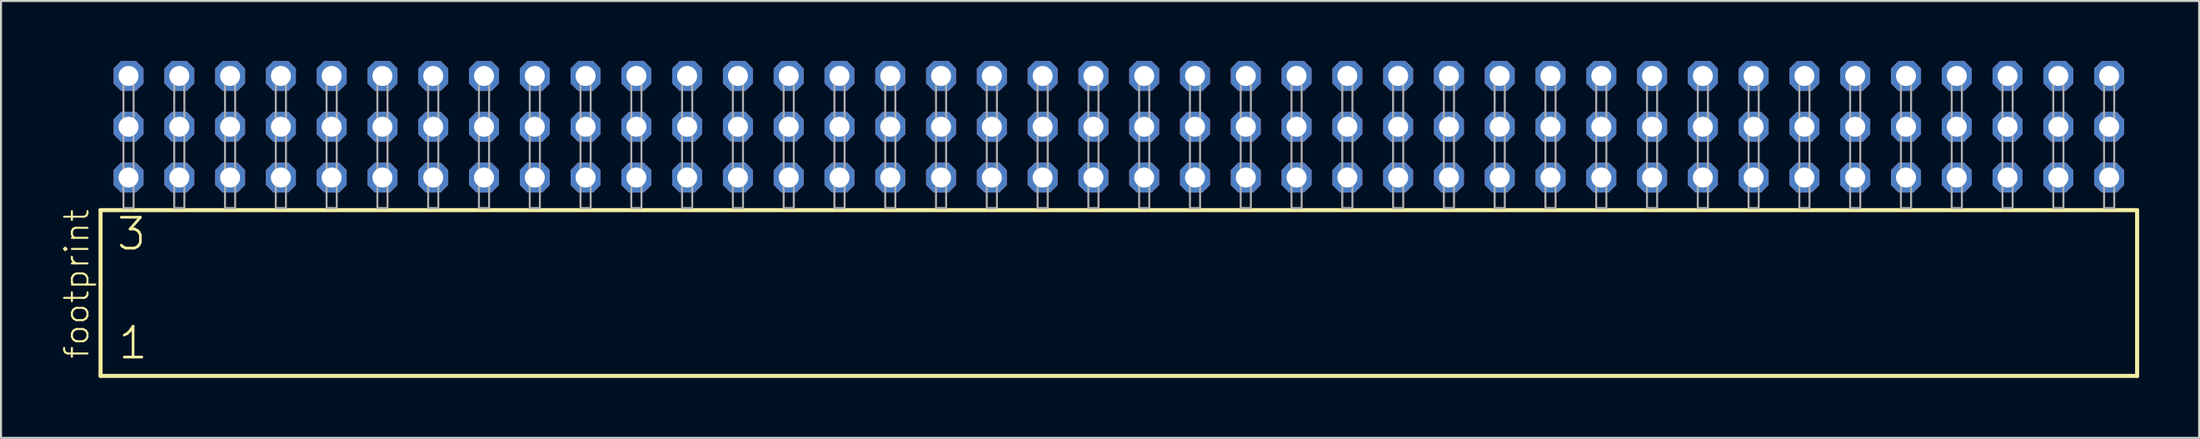
<source format=kicad_pcb>
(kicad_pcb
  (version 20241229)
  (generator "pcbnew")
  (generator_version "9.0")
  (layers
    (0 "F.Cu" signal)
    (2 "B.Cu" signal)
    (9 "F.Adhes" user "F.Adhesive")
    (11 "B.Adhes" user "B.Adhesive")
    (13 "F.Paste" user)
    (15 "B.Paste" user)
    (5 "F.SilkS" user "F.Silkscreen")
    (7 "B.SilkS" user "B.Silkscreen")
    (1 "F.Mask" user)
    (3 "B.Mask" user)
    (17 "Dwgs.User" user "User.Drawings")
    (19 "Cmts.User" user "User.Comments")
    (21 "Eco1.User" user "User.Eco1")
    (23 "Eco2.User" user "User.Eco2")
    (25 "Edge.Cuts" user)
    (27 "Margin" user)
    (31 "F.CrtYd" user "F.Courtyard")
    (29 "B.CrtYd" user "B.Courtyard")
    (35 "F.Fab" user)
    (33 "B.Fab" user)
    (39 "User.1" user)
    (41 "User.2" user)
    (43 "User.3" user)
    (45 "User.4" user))
  (footprint "footprint"
    (layer "F.Cu")
    (at 52.908 7.354)
    (property "Reference" "footprint" (at -51.435 7.62 90) (layer "F.SilkS") (effects (font (size 1.168 1.168) (thickness 0.102)) (justify left bottom)))
    (fp_line (start -50.929 0.106) (end -50.929 8.396) (stroke (width 0.203) (type solid)) (layer "F.SilkS"))
    (fp_line (start -50.929 8.396) (end 50.929 8.396) (stroke (width 0.203) (type solid)) (layer "F.SilkS"))
    (fp_line (start 50.929 0.106) (end -50.929 0.106) (stroke (width 0.203) (type solid)) (layer "F.SilkS"))
    (fp_line (start 50.929 8.396) (end 50.929 0.106) (stroke (width 0.203) (type solid)) (layer "F.SilkS"))
    (fp_poly (pts (xy -49.784 0) (xy -49.276 0) (xy -49.276 -6.858) (xy -49.784 -6.858)) (stroke (width 0.1) (type solid)) (fill no) (layer "F.Fab"))
    (fp_poly (pts (xy -47.244 0) (xy -46.736 0) (xy -46.736 -6.858) (xy -47.244 -6.858)) (stroke (width 0.1) (type solid)) (fill no) (layer "F.Fab"))
    (fp_poly (pts (xy -44.704 0) (xy -44.196 0) (xy -44.196 -6.858) (xy -44.704 -6.858)) (stroke (width 0.1) (type solid)) (fill no) (layer "F.Fab"))
    (fp_poly (pts (xy -42.164 0) (xy -41.656 0) (xy -41.656 -6.858) (xy -42.164 -6.858)) (stroke (width 0.1) (type solid)) (fill no) (layer "F.Fab"))
    (fp_poly (pts (xy -39.624 0) (xy -39.116 0) (xy -39.116 -6.858) (xy -39.624 -6.858)) (stroke (width 0.1) (type solid)) (fill no) (layer "F.Fab"))
    (fp_poly (pts (xy -37.084 0) (xy -36.576 0) (xy -36.576 -6.858) (xy -37.084 -6.858)) (stroke (width 0.1) (type solid)) (fill no) (layer "F.Fab"))
    (fp_poly (pts (xy -34.544 0) (xy -34.036 0) (xy -34.036 -6.858) (xy -34.544 -6.858)) (stroke (width 0.1) (type solid)) (fill no) (layer "F.Fab"))
    (fp_poly (pts (xy -32.004 0) (xy -31.496 0) (xy -31.496 -6.858) (xy -32.004 -6.858)) (stroke (width 0.1) (type solid)) (fill no) (layer "F.Fab"))
    (fp_poly (pts (xy -29.464 0) (xy -28.956 0) (xy -28.956 -6.858) (xy -29.464 -6.858)) (stroke (width 0.1) (type solid)) (fill no) (layer "F.Fab"))
    (fp_poly (pts (xy -26.924 0) (xy -26.416 0) (xy -26.416 -6.858) (xy -26.924 -6.858)) (stroke (width 0.1) (type solid)) (fill no) (layer "F.Fab"))
    (fp_poly (pts (xy -24.384 0) (xy -23.876 0) (xy -23.876 -6.858) (xy -24.384 -6.858)) (stroke (width 0.1) (type solid)) (fill no) (layer "F.Fab"))
    (fp_poly (pts (xy -21.844 0) (xy -21.336 0) (xy -21.336 -6.858) (xy -21.844 -6.858)) (stroke (width 0.1) (type solid)) (fill no) (layer "F.Fab"))
    (fp_poly (pts (xy -19.304 0) (xy -18.796 0) (xy -18.796 -6.858) (xy -19.304 -6.858)) (stroke (width 0.1) (type solid)) (fill no) (layer "F.Fab"))
    (fp_poly (pts (xy -16.764 0) (xy -16.256 0) (xy -16.256 -6.858) (xy -16.764 -6.858)) (stroke (width 0.1) (type solid)) (fill no) (layer "F.Fab"))
    (fp_poly (pts (xy -14.224 0) (xy -13.716 0) (xy -13.716 -6.858) (xy -14.224 -6.858)) (stroke (width 0.1) (type solid)) (fill no) (layer "F.Fab"))
    (fp_poly (pts (xy -11.684 0) (xy -11.176 0) (xy -11.176 -6.858) (xy -11.684 -6.858)) (stroke (width 0.1) (type solid)) (fill no) (layer "F.Fab"))
    (fp_poly (pts (xy -9.144 0) (xy -8.636 0) (xy -8.636 -6.858) (xy -9.144 -6.858)) (stroke (width 0.1) (type solid)) (fill no) (layer "F.Fab"))
    (fp_poly (pts (xy -6.604 0) (xy -6.096 0) (xy -6.096 -6.858) (xy -6.604 -6.858)) (stroke (width 0.1) (type solid)) (fill no) (layer "F.Fab"))
    (fp_poly (pts (xy -4.064 0) (xy -3.556 0) (xy -3.556 -6.858) (xy -4.064 -6.858)) (stroke (width 0.1) (type solid)) (fill no) (layer "F.Fab"))
    (fp_poly (pts (xy -1.524 0) (xy -1.016 0) (xy -1.016 -6.858) (xy -1.524 -6.858)) (stroke (width 0.1) (type solid)) (fill no) (layer "F.Fab"))
    (fp_poly (pts (xy 1.016 0) (xy 1.524 0) (xy 1.524 -6.858) (xy 1.016 -6.858)) (stroke (width 0.1) (type solid)) (fill no) (layer "F.Fab"))
    (fp_poly (pts (xy 3.556 0) (xy 4.064 0) (xy 4.064 -6.858) (xy 3.556 -6.858)) (stroke (width 0.1) (type solid)) (fill no) (layer "F.Fab"))
    (fp_poly (pts (xy 6.096 0) (xy 6.604 0) (xy 6.604 -6.858) (xy 6.096 -6.858)) (stroke (width 0.1) (type solid)) (fill no) (layer "F.Fab"))
    (fp_poly (pts (xy 8.636 0) (xy 9.144 0) (xy 9.144 -6.858) (xy 8.636 -6.858)) (stroke (width 0.1) (type solid)) (fill no) (layer "F.Fab"))
    (fp_poly (pts (xy 11.176 0) (xy 11.684 0) (xy 11.684 -6.858) (xy 11.176 -6.858)) (stroke (width 0.1) (type solid)) (fill no) (layer "F.Fab"))
    (fp_poly (pts (xy 13.716 0) (xy 14.224 0) (xy 14.224 -6.858) (xy 13.716 -6.858)) (stroke (width 0.1) (type solid)) (fill no) (layer "F.Fab"))
    (fp_poly (pts (xy 16.256 0) (xy 16.764 0) (xy 16.764 -6.858) (xy 16.256 -6.858)) (stroke (width 0.1) (type solid)) (fill no) (layer "F.Fab"))
    (fp_poly (pts (xy 18.796 0) (xy 19.304 0) (xy 19.304 -6.858) (xy 18.796 -6.858)) (stroke (width 0.1) (type solid)) (fill no) (layer "F.Fab"))
    (fp_poly (pts (xy 21.336 0) (xy 21.844 0) (xy 21.844 -6.858) (xy 21.336 -6.858)) (stroke (width 0.1) (type solid)) (fill no) (layer "F.Fab"))
    (fp_poly (pts (xy 23.876 0) (xy 24.384 0) (xy 24.384 -6.858) (xy 23.876 -6.858)) (stroke (width 0.1) (type solid)) (fill no) (layer "F.Fab"))
    (fp_poly (pts (xy 26.416 0) (xy 26.924 0) (xy 26.924 -6.858) (xy 26.416 -6.858)) (stroke (width 0.1) (type solid)) (fill no) (layer "F.Fab"))
    (fp_poly (pts (xy 28.956 0) (xy 29.464 0) (xy 29.464 -6.858) (xy 28.956 -6.858)) (stroke (width 0.1) (type solid)) (fill no) (layer "F.Fab"))
    (fp_poly (pts (xy 31.496 0) (xy 32.004 0) (xy 32.004 -6.858) (xy 31.496 -6.858)) (stroke (width 0.1) (type solid)) (fill no) (layer "F.Fab"))
    (fp_poly (pts (xy 34.036 0) (xy 34.544 0) (xy 34.544 -6.858) (xy 34.036 -6.858)) (stroke (width 0.1) (type solid)) (fill no) (layer "F.Fab"))
    (fp_poly (pts (xy 36.576 0) (xy 37.084 0) (xy 37.084 -6.858) (xy 36.576 -6.858)) (stroke (width 0.1) (type solid)) (fill no) (layer "F.Fab"))
    (fp_poly (pts (xy 39.116 0) (xy 39.624 0) (xy 39.624 -6.858) (xy 39.116 -6.858)) (stroke (width 0.1) (type solid)) (fill no) (layer "F.Fab"))
    (fp_poly (pts (xy 41.656 0) (xy 42.164 0) (xy 42.164 -6.858) (xy 41.656 -6.858)) (stroke (width 0.1) (type solid)) (fill no) (layer "F.Fab"))
    (fp_poly (pts (xy 44.196 0) (xy 44.704 0) (xy 44.704 -6.858) (xy 44.196 -6.858)) (stroke (width 0.1) (type solid)) (fill no) (layer "F.Fab"))
    (fp_poly (pts (xy 46.736 0) (xy 47.244 0) (xy 47.244 -6.858) (xy 46.736 -6.858)) (stroke (width 0.1) (type solid)) (fill no) (layer "F.Fab"))
    (fp_poly (pts (xy 49.276 0) (xy 49.784 0) (xy 49.784 -6.858) (xy 49.276 -6.858)) (stroke (width 0.1) (type solid)) (fill no) (layer "F.Fab"))
    (fp_text user "3" (at -50.2 2.2 0) (layer "F.SilkS") (effects (font (size 1.542 1.542) (thickness 0.134)) (justify left bottom)))
    (fp_text user "1" (at -50.125 7.65 0) (layer "F.SilkS") (effects (font (size 1.542 1.542) (thickness 0.134)) (justify left bottom)))
    (pad "1" thru_hole roundrect (at -49.53 -1.524) (size 1.5 1.5) (drill 1) (layers "*.Cu" "*.Mask") (roundrect_rratio 0.25) (chamfer_ratio 0.25) (chamfer top_left top_right bottom_left bottom_right))
    (pad "2" thru_hole roundrect (at -49.53 -4.064) (size 1.5 1.5) (drill 1) (layers "*.Cu" "*.Mask") (roundrect_rratio 0.25) (chamfer_ratio 0.25) (chamfer top_left top_right bottom_left bottom_right))
    (pad "3" thru_hole roundrect (at -49.53 -6.604) (size 1.5 1.5) (drill 1) (layers "*.Cu" "*.Mask") (roundrect_rratio 0.25) (chamfer_ratio 0.25) (chamfer top_left top_right bottom_left bottom_right))
    (pad "4" thru_hole roundrect (at -46.99 -1.524) (size 1.5 1.5) (drill 1) (layers "*.Cu" "*.Mask") (roundrect_rratio 0.25) (chamfer_ratio 0.25) (chamfer top_left top_right bottom_left bottom_right))
    (pad "5" thru_hole roundrect (at -46.99 -4.064) (size 1.5 1.5) (drill 1) (layers "*.Cu" "*.Mask") (roundrect_rratio 0.25) (chamfer_ratio 0.25) (chamfer top_left top_right bottom_left bottom_right))
    (pad "6" thru_hole roundrect (at -46.99 -6.604) (size 1.5 1.5) (drill 1) (layers "*.Cu" "*.Mask") (roundrect_rratio 0.25) (chamfer_ratio 0.25) (chamfer top_left top_right bottom_left bottom_right))
    (pad "7" thru_hole roundrect (at -44.45 -1.524) (size 1.5 1.5) (drill 1) (layers "*.Cu" "*.Mask") (roundrect_rratio 0.25) (chamfer_ratio 0.25) (chamfer top_left top_right bottom_left bottom_right))
    (pad "8" thru_hole roundrect (at -44.45 -4.064) (size 1.5 1.5) (drill 1) (layers "*.Cu" "*.Mask") (roundrect_rratio 0.25) (chamfer_ratio 0.25) (chamfer top_left top_right bottom_left bottom_right))
    (pad "9" thru_hole roundrect (at -44.45 -6.604) (size 1.5 1.5) (drill 1) (layers "*.Cu" "*.Mask") (roundrect_rratio 0.25) (chamfer_ratio 0.25) (chamfer top_left top_right bottom_left bottom_right))
    (pad "10" thru_hole roundrect (at -41.91 -1.524) (size 1.5 1.5) (drill 1) (layers "*.Cu" "*.Mask") (roundrect_rratio 0.25) (chamfer_ratio 0.25) (chamfer top_left top_right bottom_left bottom_right))
    (pad "11" thru_hole roundrect (at -41.91 -4.064) (size 1.5 1.5) (drill 1) (layers "*.Cu" "*.Mask") (roundrect_rratio 0.25) (chamfer_ratio 0.25) (chamfer top_left top_right bottom_left bottom_right))
    (pad "12" thru_hole roundrect (at -41.91 -6.604) (size 1.5 1.5) (drill 1) (layers "*.Cu" "*.Mask") (roundrect_rratio 0.25) (chamfer_ratio 0.25) (chamfer top_left top_right bottom_left bottom_right))
    (pad "13" thru_hole roundrect (at -39.37 -1.524) (size 1.5 1.5) (drill 1) (layers "*.Cu" "*.Mask") (roundrect_rratio 0.25) (chamfer_ratio 0.25) (chamfer top_left top_right bottom_left bottom_right))
    (pad "14" thru_hole roundrect (at -39.37 -4.064) (size 1.5 1.5) (drill 1) (layers "*.Cu" "*.Mask") (roundrect_rratio 0.25) (chamfer_ratio 0.25) (chamfer top_left top_right bottom_left bottom_right))
    (pad "15" thru_hole roundrect (at -39.37 -6.604) (size 1.5 1.5) (drill 1) (layers "*.Cu" "*.Mask") (roundrect_rratio 0.25) (chamfer_ratio 0.25) (chamfer top_left top_right bottom_left bottom_right))
    (pad "16" thru_hole roundrect (at -36.83 -1.524) (size 1.5 1.5) (drill 1) (layers "*.Cu" "*.Mask") (roundrect_rratio 0.25) (chamfer_ratio 0.25) (chamfer top_left top_right bottom_left bottom_right))
    (pad "17" thru_hole roundrect (at -36.83 -4.064) (size 1.5 1.5) (drill 1) (layers "*.Cu" "*.Mask") (roundrect_rratio 0.25) (chamfer_ratio 0.25) (chamfer top_left top_right bottom_left bottom_right))
    (pad "18" thru_hole roundrect (at -36.83 -6.604) (size 1.5 1.5) (drill 1) (layers "*.Cu" "*.Mask") (roundrect_rratio 0.25) (chamfer_ratio 0.25) (chamfer top_left top_right bottom_left bottom_right))
    (pad "19" thru_hole roundrect (at -34.29 -1.524) (size 1.5 1.5) (drill 1) (layers "*.Cu" "*.Mask") (roundrect_rratio 0.25) (chamfer_ratio 0.25) (chamfer top_left top_right bottom_left bottom_right))
    (pad "20" thru_hole roundrect (at -34.29 -4.064) (size 1.5 1.5) (drill 1) (layers "*.Cu" "*.Mask") (roundrect_rratio 0.25) (chamfer_ratio 0.25) (chamfer top_left top_right bottom_left bottom_right))
    (pad "21" thru_hole roundrect (at -34.29 -6.604) (size 1.5 1.5) (drill 1) (layers "*.Cu" "*.Mask") (roundrect_rratio 0.25) (chamfer_ratio 0.25) (chamfer top_left top_right bottom_left bottom_right))
    (pad "22" thru_hole roundrect (at -31.75 -1.524) (size 1.5 1.5) (drill 1) (layers "*.Cu" "*.Mask") (roundrect_rratio 0.25) (chamfer_ratio 0.25) (chamfer top_left top_right bottom_left bottom_right))
    (pad "23" thru_hole roundrect (at -31.75 -4.064) (size 1.5 1.5) (drill 1) (layers "*.Cu" "*.Mask") (roundrect_rratio 0.25) (chamfer_ratio 0.25) (chamfer top_left top_right bottom_left bottom_right))
    (pad "24" thru_hole roundrect (at -31.75 -6.604) (size 1.5 1.5) (drill 1) (layers "*.Cu" "*.Mask") (roundrect_rratio 0.25) (chamfer_ratio 0.25) (chamfer top_left top_right bottom_left bottom_right))
    (pad "25" thru_hole roundrect (at -29.21 -1.524) (size 1.5 1.5) (drill 1) (layers "*.Cu" "*.Mask") (roundrect_rratio 0.25) (chamfer_ratio 0.25) (chamfer top_left top_right bottom_left bottom_right))
    (pad "26" thru_hole roundrect (at -29.21 -4.064) (size 1.5 1.5) (drill 1) (layers "*.Cu" "*.Mask") (roundrect_rratio 0.25) (chamfer_ratio 0.25) (chamfer top_left top_right bottom_left bottom_right))
    (pad "27" thru_hole roundrect (at -29.21 -6.604) (size 1.5 1.5) (drill 1) (layers "*.Cu" "*.Mask") (roundrect_rratio 0.25) (chamfer_ratio 0.25) (chamfer top_left top_right bottom_left bottom_right))
    (pad "28" thru_hole roundrect (at -26.67 -1.524) (size 1.5 1.5) (drill 1) (layers "*.Cu" "*.Mask") (roundrect_rratio 0.25) (chamfer_ratio 0.25) (chamfer top_left top_right bottom_left bottom_right))
    (pad "29" thru_hole roundrect (at -26.67 -4.064) (size 1.5 1.5) (drill 1) (layers "*.Cu" "*.Mask") (roundrect_rratio 0.25) (chamfer_ratio 0.25) (chamfer top_left top_right bottom_left bottom_right))
    (pad "30" thru_hole roundrect (at -26.67 -6.604) (size 1.5 1.5) (drill 1) (layers "*.Cu" "*.Mask") (roundrect_rratio 0.25) (chamfer_ratio 0.25) (chamfer top_left top_right bottom_left bottom_right))
    (pad "31" thru_hole roundrect (at -24.13 -1.524) (size 1.5 1.5) (drill 1) (layers "*.Cu" "*.Mask") (roundrect_rratio 0.25) (chamfer_ratio 0.25) (chamfer top_left top_right bottom_left bottom_right))
    (pad "32" thru_hole roundrect (at -24.13 -4.064) (size 1.5 1.5) (drill 1) (layers "*.Cu" "*.Mask") (roundrect_rratio 0.25) (chamfer_ratio 0.25) (chamfer top_left top_right bottom_left bottom_right))
    (pad "33" thru_hole roundrect (at -24.13 -6.604) (size 1.5 1.5) (drill 1) (layers "*.Cu" "*.Mask") (roundrect_rratio 0.25) (chamfer_ratio 0.25) (chamfer top_left top_right bottom_left bottom_right))
    (pad "34" thru_hole roundrect (at -21.59 -1.524) (size 1.5 1.5) (drill 1) (layers "*.Cu" "*.Mask") (roundrect_rratio 0.25) (chamfer_ratio 0.25) (chamfer top_left top_right bottom_left bottom_right))
    (pad "35" thru_hole roundrect (at -21.59 -4.064) (size 1.5 1.5) (drill 1) (layers "*.Cu" "*.Mask") (roundrect_rratio 0.25) (chamfer_ratio 0.25) (chamfer top_left top_right bottom_left bottom_right))
    (pad "36" thru_hole roundrect (at -21.59 -6.604) (size 1.5 1.5) (drill 1) (layers "*.Cu" "*.Mask") (roundrect_rratio 0.25) (chamfer_ratio 0.25) (chamfer top_left top_right bottom_left bottom_right))
    (pad "37" thru_hole roundrect (at -19.05 -1.524) (size 1.5 1.5) (drill 1) (layers "*.Cu" "*.Mask") (roundrect_rratio 0.25) (chamfer_ratio 0.25) (chamfer top_left top_right bottom_left bottom_right))
    (pad "38" thru_hole roundrect (at -19.05 -4.064) (size 1.5 1.5) (drill 1) (layers "*.Cu" "*.Mask") (roundrect_rratio 0.25) (chamfer_ratio 0.25) (chamfer top_left top_right bottom_left bottom_right))
    (pad "39" thru_hole roundrect (at -19.05 -6.604) (size 1.5 1.5) (drill 1) (layers "*.Cu" "*.Mask") (roundrect_rratio 0.25) (chamfer_ratio 0.25) (chamfer top_left top_right bottom_left bottom_right))
    (pad "40" thru_hole roundrect (at -16.51 -1.524) (size 1.5 1.5) (drill 1) (layers "*.Cu" "*.Mask") (roundrect_rratio 0.25) (chamfer_ratio 0.25) (chamfer top_left top_right bottom_left bottom_right))
    (pad "41" thru_hole roundrect (at -16.51 -4.064) (size 1.5 1.5) (drill 1) (layers "*.Cu" "*.Mask") (roundrect_rratio 0.25) (chamfer_ratio 0.25) (chamfer top_left top_right bottom_left bottom_right))
    (pad "42" thru_hole roundrect (at -16.51 -6.604) (size 1.5 1.5) (drill 1) (layers "*.Cu" "*.Mask") (roundrect_rratio 0.25) (chamfer_ratio 0.25) (chamfer top_left top_right bottom_left bottom_right))
    (pad "43" thru_hole roundrect (at -13.97 -1.524) (size 1.5 1.5) (drill 1) (layers "*.Cu" "*.Mask") (roundrect_rratio 0.25) (chamfer_ratio 0.25) (chamfer top_left top_right bottom_left bottom_right))
    (pad "44" thru_hole roundrect (at -13.97 -4.064) (size 1.5 1.5) (drill 1) (layers "*.Cu" "*.Mask") (roundrect_rratio 0.25) (chamfer_ratio 0.25) (chamfer top_left top_right bottom_left bottom_right))
    (pad "45" thru_hole roundrect (at -13.97 -6.604) (size 1.5 1.5) (drill 1) (layers "*.Cu" "*.Mask") (roundrect_rratio 0.25) (chamfer_ratio 0.25) (chamfer top_left top_right bottom_left bottom_right))
    (pad "46" thru_hole roundrect (at -11.43 -1.524) (size 1.5 1.5) (drill 1) (layers "*.Cu" "*.Mask") (roundrect_rratio 0.25) (chamfer_ratio 0.25) (chamfer top_left top_right bottom_left bottom_right))
    (pad "47" thru_hole roundrect (at -11.43 -4.064) (size 1.5 1.5) (drill 1) (layers "*.Cu" "*.Mask") (roundrect_rratio 0.25) (chamfer_ratio 0.25) (chamfer top_left top_right bottom_left bottom_right))
    (pad "48" thru_hole roundrect (at -11.43 -6.604) (size 1.5 1.5) (drill 1) (layers "*.Cu" "*.Mask") (roundrect_rratio 0.25) (chamfer_ratio 0.25) (chamfer top_left top_right bottom_left bottom_right))
    (pad "49" thru_hole roundrect (at -8.89 -1.524) (size 1.5 1.5) (drill 1) (layers "*.Cu" "*.Mask") (roundrect_rratio 0.25) (chamfer_ratio 0.25) (chamfer top_left top_right bottom_left bottom_right))
    (pad "50" thru_hole roundrect (at -8.89 -4.064) (size 1.5 1.5) (drill 1) (layers "*.Cu" "*.Mask") (roundrect_rratio 0.25) (chamfer_ratio 0.25) (chamfer top_left top_right bottom_left bottom_right))
    (pad "51" thru_hole roundrect (at -8.89 -6.604) (size 1.5 1.5) (drill 1) (layers "*.Cu" "*.Mask") (roundrect_rratio 0.25) (chamfer_ratio 0.25) (chamfer top_left top_right bottom_left bottom_right))
    (pad "52" thru_hole roundrect (at -6.35 -1.524) (size 1.5 1.5) (drill 1) (layers "*.Cu" "*.Mask") (roundrect_rratio 0.25) (chamfer_ratio 0.25) (chamfer top_left top_right bottom_left bottom_right))
    (pad "53" thru_hole roundrect (at -6.35 -4.064) (size 1.5 1.5) (drill 1) (layers "*.Cu" "*.Mask") (roundrect_rratio 0.25) (chamfer_ratio 0.25) (chamfer top_left top_right bottom_left bottom_right))
    (pad "54" thru_hole roundrect (at -6.35 -6.604) (size 1.5 1.5) (drill 1) (layers "*.Cu" "*.Mask") (roundrect_rratio 0.25) (chamfer_ratio 0.25) (chamfer top_left top_right bottom_left bottom_right))
    (pad "55" thru_hole roundrect (at -3.81 -1.524) (size 1.5 1.5) (drill 1) (layers "*.Cu" "*.Mask") (roundrect_rratio 0.25) (chamfer_ratio 0.25) (chamfer top_left top_right bottom_left bottom_right))
    (pad "56" thru_hole roundrect (at -3.81 -4.064) (size 1.5 1.5) (drill 1) (layers "*.Cu" "*.Mask") (roundrect_rratio 0.25) (chamfer_ratio 0.25) (chamfer top_left top_right bottom_left bottom_right))
    (pad "57" thru_hole roundrect (at -3.81 -6.604) (size 1.5 1.5) (drill 1) (layers "*.Cu" "*.Mask") (roundrect_rratio 0.25) (chamfer_ratio 0.25) (chamfer top_left top_right bottom_left bottom_right))
    (pad "58" thru_hole roundrect (at -1.27 -1.524) (size 1.5 1.5) (drill 1) (layers "*.Cu" "*.Mask") (roundrect_rratio 0.25) (chamfer_ratio 0.25) (chamfer top_left top_right bottom_left bottom_right))
    (pad "59" thru_hole roundrect (at -1.27 -4.064) (size 1.5 1.5) (drill 1) (layers "*.Cu" "*.Mask") (roundrect_rratio 0.25) (chamfer_ratio 0.25) (chamfer top_left top_right bottom_left bottom_right))
    (pad "60" thru_hole roundrect (at -1.27 -6.604) (size 1.5 1.5) (drill 1) (layers "*.Cu" "*.Mask") (roundrect_rratio 0.25) (chamfer_ratio 0.25) (chamfer top_left top_right bottom_left bottom_right))
    (pad "61" thru_hole roundrect (at 1.27 -1.524) (size 1.5 1.5) (drill 1) (layers "*.Cu" "*.Mask") (roundrect_rratio 0.25) (chamfer_ratio 0.25) (chamfer top_left top_right bottom_left bottom_right))
    (pad "62" thru_hole roundrect (at 1.27 -4.064) (size 1.5 1.5) (drill 1) (layers "*.Cu" "*.Mask") (roundrect_rratio 0.25) (chamfer_ratio 0.25) (chamfer top_left top_right bottom_left bottom_right))
    (pad "63" thru_hole roundrect (at 1.27 -6.604) (size 1.5 1.5) (drill 1) (layers "*.Cu" "*.Mask") (roundrect_rratio 0.25) (chamfer_ratio 0.25) (chamfer top_left top_right bottom_left bottom_right))
    (pad "64" thru_hole roundrect (at 3.81 -1.524) (size 1.5 1.5) (drill 1) (layers "*.Cu" "*.Mask") (roundrect_rratio 0.25) (chamfer_ratio 0.25) (chamfer top_left top_right bottom_left bottom_right))
    (pad "65" thru_hole roundrect (at 3.81 -4.064) (size 1.5 1.5) (drill 1) (layers "*.Cu" "*.Mask") (roundrect_rratio 0.25) (chamfer_ratio 0.25) (chamfer top_left top_right bottom_left bottom_right))
    (pad "66" thru_hole roundrect (at 3.81 -6.604) (size 1.5 1.5) (drill 1) (layers "*.Cu" "*.Mask") (roundrect_rratio 0.25) (chamfer_ratio 0.25) (chamfer top_left top_right bottom_left bottom_right))
    (pad "67" thru_hole roundrect (at 6.35 -1.524) (size 1.5 1.5) (drill 1) (layers "*.Cu" "*.Mask") (roundrect_rratio 0.25) (chamfer_ratio 0.25) (chamfer top_left top_right bottom_left bottom_right))
    (pad "68" thru_hole roundrect (at 6.35 -4.064) (size 1.5 1.5) (drill 1) (layers "*.Cu" "*.Mask") (roundrect_rratio 0.25) (chamfer_ratio 0.25) (chamfer top_left top_right bottom_left bottom_right))
    (pad "69" thru_hole roundrect (at 6.35 -6.604) (size 1.5 1.5) (drill 1) (layers "*.Cu" "*.Mask") (roundrect_rratio 0.25) (chamfer_ratio 0.25) (chamfer top_left top_right bottom_left bottom_right))
    (pad "70" thru_hole roundrect (at 8.89 -1.524) (size 1.5 1.5) (drill 1) (layers "*.Cu" "*.Mask") (roundrect_rratio 0.25) (chamfer_ratio 0.25) (chamfer top_left top_right bottom_left bottom_right))
    (pad "71" thru_hole roundrect (at 8.89 -4.064) (size 1.5 1.5) (drill 1) (layers "*.Cu" "*.Mask") (roundrect_rratio 0.25) (chamfer_ratio 0.25) (chamfer top_left top_right bottom_left bottom_right))
    (pad "72" thru_hole roundrect (at 8.89 -6.604) (size 1.5 1.5) (drill 1) (layers "*.Cu" "*.Mask") (roundrect_rratio 0.25) (chamfer_ratio 0.25) (chamfer top_left top_right bottom_left bottom_right))
    (pad "73" thru_hole roundrect (at 11.43 -1.524) (size 1.5 1.5) (drill 1) (layers "*.Cu" "*.Mask") (roundrect_rratio 0.25) (chamfer_ratio 0.25) (chamfer top_left top_right bottom_left bottom_right))
    (pad "74" thru_hole roundrect (at 11.43 -4.064) (size 1.5 1.5) (drill 1) (layers "*.Cu" "*.Mask") (roundrect_rratio 0.25) (chamfer_ratio 0.25) (chamfer top_left top_right bottom_left bottom_right))
    (pad "75" thru_hole roundrect (at 11.43 -6.604) (size 1.5 1.5) (drill 1) (layers "*.Cu" "*.Mask") (roundrect_rratio 0.25) (chamfer_ratio 0.25) (chamfer top_left top_right bottom_left bottom_right))
    (pad "76" thru_hole roundrect (at 13.97 -1.524) (size 1.5 1.5) (drill 1) (layers "*.Cu" "*.Mask") (roundrect_rratio 0.25) (chamfer_ratio 0.25) (chamfer top_left top_right bottom_left bottom_right))
    (pad "77" thru_hole roundrect (at 13.97 -4.064) (size 1.5 1.5) (drill 1) (layers "*.Cu" "*.Mask") (roundrect_rratio 0.25) (chamfer_ratio 0.25) (chamfer top_left top_right bottom_left bottom_right))
    (pad "78" thru_hole roundrect (at 13.97 -6.604) (size 1.5 1.5) (drill 1) (layers "*.Cu" "*.Mask") (roundrect_rratio 0.25) (chamfer_ratio 0.25) (chamfer top_left top_right bottom_left bottom_right))
    (pad "79" thru_hole roundrect (at 16.51 -1.524) (size 1.5 1.5) (drill 1) (layers "*.Cu" "*.Mask") (roundrect_rratio 0.25) (chamfer_ratio 0.25) (chamfer top_left top_right bottom_left bottom_right))
    (pad "80" thru_hole roundrect (at 16.51 -4.064) (size 1.5 1.5) (drill 1) (layers "*.Cu" "*.Mask") (roundrect_rratio 0.25) (chamfer_ratio 0.25) (chamfer top_left top_right bottom_left bottom_right))
    (pad "81" thru_hole roundrect (at 16.51 -6.604) (size 1.5 1.5) (drill 1) (layers "*.Cu" "*.Mask") (roundrect_rratio 0.25) (chamfer_ratio 0.25) (chamfer top_left top_right bottom_left bottom_right))
    (pad "82" thru_hole roundrect (at 19.05 -1.524) (size 1.5 1.5) (drill 1) (layers "*.Cu" "*.Mask") (roundrect_rratio 0.25) (chamfer_ratio 0.25) (chamfer top_left top_right bottom_left bottom_right))
    (pad "83" thru_hole roundrect (at 19.05 -4.064) (size 1.5 1.5) (drill 1) (layers "*.Cu" "*.Mask") (roundrect_rratio 0.25) (chamfer_ratio 0.25) (chamfer top_left top_right bottom_left bottom_right))
    (pad "84" thru_hole roundrect (at 19.05 -6.604) (size 1.5 1.5) (drill 1) (layers "*.Cu" "*.Mask") (roundrect_rratio 0.25) (chamfer_ratio 0.25) (chamfer top_left top_right bottom_left bottom_right))
    (pad "85" thru_hole roundrect (at 21.59 -1.524) (size 1.5 1.5) (drill 1) (layers "*.Cu" "*.Mask") (roundrect_rratio 0.25) (chamfer_ratio 0.25) (chamfer top_left top_right bottom_left bottom_right))
    (pad "86" thru_hole roundrect (at 21.59 -4.064) (size 1.5 1.5) (drill 1) (layers "*.Cu" "*.Mask") (roundrect_rratio 0.25) (chamfer_ratio 0.25) (chamfer top_left top_right bottom_left bottom_right))
    (pad "87" thru_hole roundrect (at 21.59 -6.604) (size 1.5 1.5) (drill 1) (layers "*.Cu" "*.Mask") (roundrect_rratio 0.25) (chamfer_ratio 0.25) (chamfer top_left top_right bottom_left bottom_right))
    (pad "88" thru_hole roundrect (at 24.13 -1.524) (size 1.5 1.5) (drill 1) (layers "*.Cu" "*.Mask") (roundrect_rratio 0.25) (chamfer_ratio 0.25) (chamfer top_left top_right bottom_left bottom_right))
    (pad "89" thru_hole roundrect (at 24.13 -4.064) (size 1.5 1.5) (drill 1) (layers "*.Cu" "*.Mask") (roundrect_rratio 0.25) (chamfer_ratio 0.25) (chamfer top_left top_right bottom_left bottom_right))
    (pad "90" thru_hole roundrect (at 24.13 -6.604) (size 1.5 1.5) (drill 1) (layers "*.Cu" "*.Mask") (roundrect_rratio 0.25) (chamfer_ratio 0.25) (chamfer top_left top_right bottom_left bottom_right))
    (pad "91" thru_hole roundrect (at 26.67 -1.524) (size 1.5 1.5) (drill 1) (layers "*.Cu" "*.Mask") (roundrect_rratio 0.25) (chamfer_ratio 0.25) (chamfer top_left top_right bottom_left bottom_right))
    (pad "92" thru_hole roundrect (at 26.67 -4.064) (size 1.5 1.5) (drill 1) (layers "*.Cu" "*.Mask") (roundrect_rratio 0.25) (chamfer_ratio 0.25) (chamfer top_left top_right bottom_left bottom_right))
    (pad "93" thru_hole roundrect (at 26.67 -6.604) (size 1.5 1.5) (drill 1) (layers "*.Cu" "*.Mask") (roundrect_rratio 0.25) (chamfer_ratio 0.25) (chamfer top_left top_right bottom_left bottom_right))
    (pad "94" thru_hole roundrect (at 29.21 -1.524) (size 1.5 1.5) (drill 1) (layers "*.Cu" "*.Mask") (roundrect_rratio 0.25) (chamfer_ratio 0.25) (chamfer top_left top_right bottom_left bottom_right))
    (pad "95" thru_hole roundrect (at 29.21 -4.064) (size 1.5 1.5) (drill 1) (layers "*.Cu" "*.Mask") (roundrect_rratio 0.25) (chamfer_ratio 0.25) (chamfer top_left top_right bottom_left bottom_right))
    (pad "96" thru_hole roundrect (at 29.21 -6.604) (size 1.5 1.5) (drill 1) (layers "*.Cu" "*.Mask") (roundrect_rratio 0.25) (chamfer_ratio 0.25) (chamfer top_left top_right bottom_left bottom_right))
    (pad "97" thru_hole roundrect (at 31.75 -1.524) (size 1.5 1.5) (drill 1) (layers "*.Cu" "*.Mask") (roundrect_rratio 0.25) (chamfer_ratio 0.25) (chamfer top_left top_right bottom_left bottom_right))
    (pad "98" thru_hole roundrect (at 31.75 -4.064) (size 1.5 1.5) (drill 1) (layers "*.Cu" "*.Mask") (roundrect_rratio 0.25) (chamfer_ratio 0.25) (chamfer top_left top_right bottom_left bottom_right))
    (pad "99" thru_hole roundrect (at 31.75 -6.604) (size 1.5 1.5) (drill 1) (layers "*.Cu" "*.Mask") (roundrect_rratio 0.25) (chamfer_ratio 0.25) (chamfer top_left top_right bottom_left bottom_right))
    (pad "100" thru_hole roundrect (at 34.29 -1.524) (size 1.5 1.5) (drill 1) (layers "*.Cu" "*.Mask") (roundrect_rratio 0.25) (chamfer_ratio 0.25) (chamfer top_left top_right bottom_left bottom_right))
    (pad "101" thru_hole roundrect (at 34.29 -4.064) (size 1.5 1.5) (drill 1) (layers "*.Cu" "*.Mask") (roundrect_rratio 0.25) (chamfer_ratio 0.25) (chamfer top_left top_right bottom_left bottom_right))
    (pad "102" thru_hole roundrect (at 34.29 -6.604) (size 1.5 1.5) (drill 1) (layers "*.Cu" "*.Mask") (roundrect_rratio 0.25) (chamfer_ratio 0.25) (chamfer top_left top_right bottom_left bottom_right))
    (pad "103" thru_hole roundrect (at 36.83 -1.524) (size 1.5 1.5) (drill 1) (layers "*.Cu" "*.Mask") (roundrect_rratio 0.25) (chamfer_ratio 0.25) (chamfer top_left top_right bottom_left bottom_right))
    (pad "104" thru_hole roundrect (at 36.83 -4.064) (size 1.5 1.5) (drill 1) (layers "*.Cu" "*.Mask") (roundrect_rratio 0.25) (chamfer_ratio 0.25) (chamfer top_left top_right bottom_left bottom_right))
    (pad "105" thru_hole roundrect (at 36.83 -6.604) (size 1.5 1.5) (drill 1) (layers "*.Cu" "*.Mask") (roundrect_rratio 0.25) (chamfer_ratio 0.25) (chamfer top_left top_right bottom_left bottom_right))
    (pad "106" thru_hole roundrect (at 39.37 -1.524) (size 1.5 1.5) (drill 1) (layers "*.Cu" "*.Mask") (roundrect_rratio 0.25) (chamfer_ratio 0.25) (chamfer top_left top_right bottom_left bottom_right))
    (pad "107" thru_hole roundrect (at 39.37 -4.064) (size 1.5 1.5) (drill 1) (layers "*.Cu" "*.Mask") (roundrect_rratio 0.25) (chamfer_ratio 0.25) (chamfer top_left top_right bottom_left bottom_right))
    (pad "108" thru_hole roundrect (at 39.37 -6.604) (size 1.5 1.5) (drill 1) (layers "*.Cu" "*.Mask") (roundrect_rratio 0.25) (chamfer_ratio 0.25) (chamfer top_left top_right bottom_left bottom_right))
    (pad "109" thru_hole roundrect (at 41.91 -1.524) (size 1.5 1.5) (drill 1) (layers "*.Cu" "*.Mask") (roundrect_rratio 0.25) (chamfer_ratio 0.25) (chamfer top_left top_right bottom_left bottom_right))
    (pad "110" thru_hole roundrect (at 41.91 -4.064) (size 1.5 1.5) (drill 1) (layers "*.Cu" "*.Mask") (roundrect_rratio 0.25) (chamfer_ratio 0.25) (chamfer top_left top_right bottom_left bottom_right))
    (pad "111" thru_hole roundrect (at 41.91 -6.604) (size 1.5 1.5) (drill 1) (layers "*.Cu" "*.Mask") (roundrect_rratio 0.25) (chamfer_ratio 0.25) (chamfer top_left top_right bottom_left bottom_right))
    (pad "112" thru_hole roundrect (at 44.45 -1.524) (size 1.5 1.5) (drill 1) (layers "*.Cu" "*.Mask") (roundrect_rratio 0.25) (chamfer_ratio 0.25) (chamfer top_left top_right bottom_left bottom_right))
    (pad "113" thru_hole roundrect (at 44.45 -4.064) (size 1.5 1.5) (drill 1) (layers "*.Cu" "*.Mask") (roundrect_rratio 0.25) (chamfer_ratio 0.25) (chamfer top_left top_right bottom_left bottom_right))
    (pad "114" thru_hole roundrect (at 44.45 -6.604) (size 1.5 1.5) (drill 1) (layers "*.Cu" "*.Mask") (roundrect_rratio 0.25) (chamfer_ratio 0.25) (chamfer top_left top_right bottom_left bottom_right))
    (pad "115" thru_hole roundrect (at 46.99 -1.524) (size 1.5 1.5) (drill 1) (layers "*.Cu" "*.Mask") (roundrect_rratio 0.25) (chamfer_ratio 0.25) (chamfer top_left top_right bottom_left bottom_right))
    (pad "116" thru_hole roundrect (at 46.99 -4.064) (size 1.5 1.5) (drill 1) (layers "*.Cu" "*.Mask") (roundrect_rratio 0.25) (chamfer_ratio 0.25) (chamfer top_left top_right bottom_left bottom_right))
    (pad "117" thru_hole roundrect (at 46.99 -6.604) (size 1.5 1.5) (drill 1) (layers "*.Cu" "*.Mask") (roundrect_rratio 0.25) (chamfer_ratio 0.25) (chamfer top_left top_right bottom_left bottom_right))
    (pad "118" thru_hole roundrect (at 49.53 -1.524) (size 1.5 1.5) (drill 1) (layers "*.Cu" "*.Mask") (roundrect_rratio 0.25) (chamfer_ratio 0.25) (chamfer top_left top_right bottom_left bottom_right))
    (pad "119" thru_hole roundrect (at 49.53 -4.064) (size 1.5 1.5) (drill 1) (layers "*.Cu" "*.Mask") (roundrect_rratio 0.25) (chamfer_ratio 0.25) (chamfer top_left top_right bottom_left bottom_right))
    (pad "120" thru_hole roundrect (at 49.53 -6.604) (size 1.5 1.5) (drill 1) (layers "*.Cu" "*.Mask") (roundrect_rratio 0.25) (chamfer_ratio 0.25) (chamfer top_left top_right bottom_left bottom_right)))
  (gr_rect
    (start -3 -3)
    (end 106.939 18.852)
    (stroke (width 0.1) (type default))
    (fill no)
    (layer "Edge.Cuts")))
</source>
